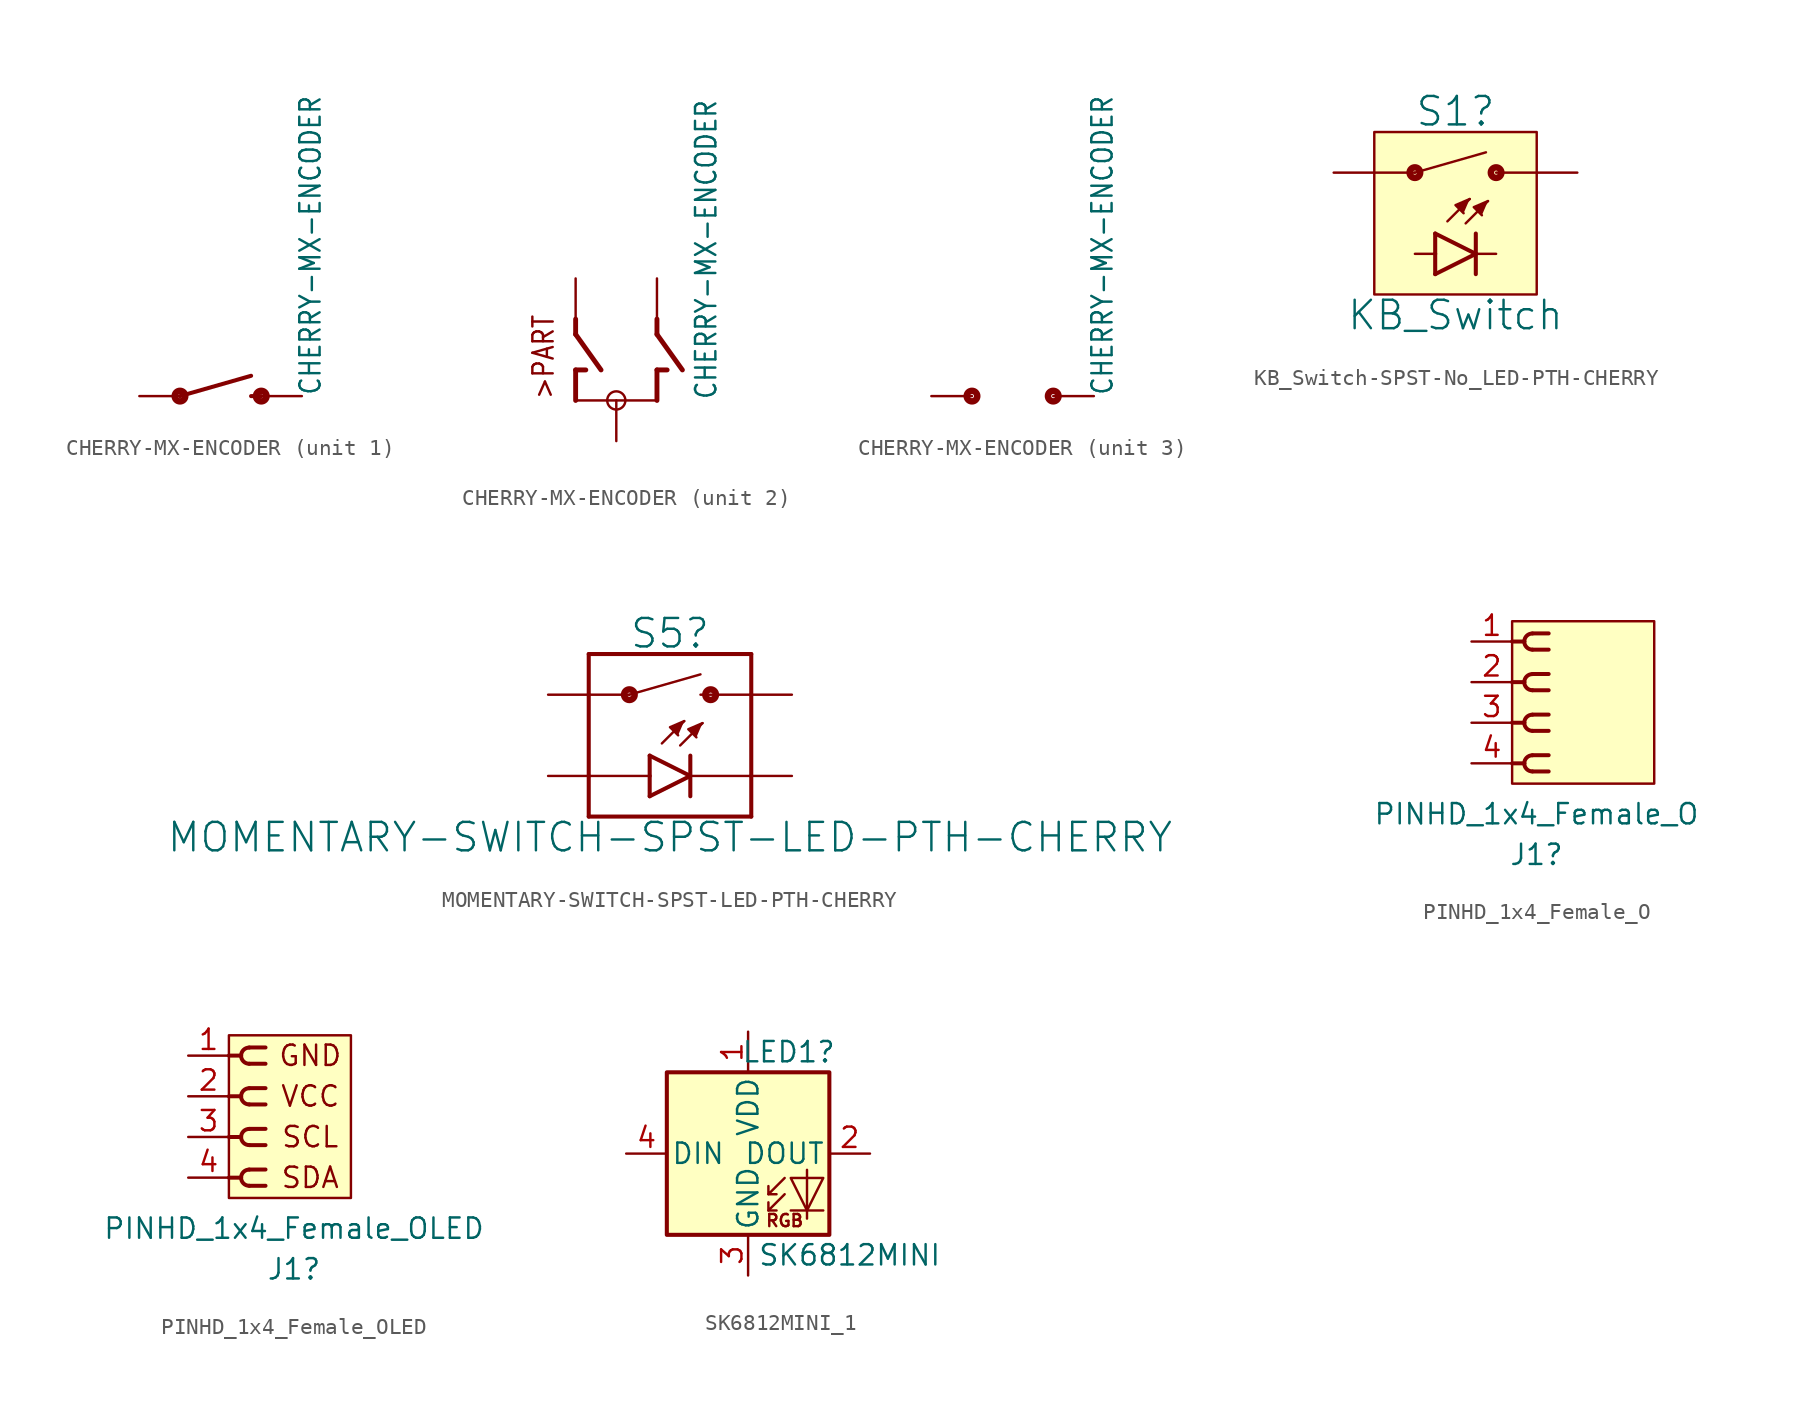
<source format=kicad_sym>
(kicad_symbol_lib
  (version 20220914)
  (generator kicad_symbol_editor)
  (symbol "CHERRY-MX-ENCODER"
    (property "Reference" "RE_3_0"
      (at 0 1.524 0)
      (effects (font (size 1.778 1.778)) (justify bottom) hide))
    (property "Value" "CHERRY-MX-ENCODER"
      (at 6.35 0 90)
      (effects (font (size 1.27 1.079)) (justify left bottom)))
    (property "ki_locked" ""
      (at 0 0 0)
      (effects (font (size 1.27 1.27))))
    (symbol "CHERRY-MX-ENCODER_1_0"
      (circle (center -2.54 0) (radius 0.127) (stroke (width 0.406) (type default)) (fill (type none)))
      (polyline (pts (xy -2.54 0) (xy 1.905 1.27)) (stroke (width 0.254) (type default)) (fill (type none)))
      (polyline (pts (xy 1.905 0) (xy 2.54 0)) (stroke (width 0.254) (type default)) (fill (type none)))
      (circle (center 2.54 0) (radius 0.127) (stroke (width 0.406) (type default)) (fill (type none)))
      (pin passive line (at -5.08 0 0) (length 2.54) (name "S1" (effects (font (size 0 0)))) (number "S1" (effects (font (size 0 0)))))
      (pin passive line (at 5.08 0 180) (length 2.54) (name "S2" (effects (font (size 0 0)))) (number "S2" (effects (font (size 0 0))))))
    (symbol "CHERRY-MX-ENCODER_2_0"
      (polyline (pts (xy -2.54 0) (xy 2.54 0)) (stroke (width 0.152) (type default)) (fill (type none)))
      (polyline (pts (xy -2.54 1.905) (xy -2.54 0)) (stroke (width 0.305) (type default)) (fill (type none)))
      (polyline (pts (xy -2.54 4.128) (xy -0.953 1.905)) (stroke (width 0.305) (type default)) (fill (type none)))
      (polyline (pts (xy -2.54 5.08) (xy -2.54 4.128)) (stroke (width 0.305) (type default)) (fill (type none)))
      (polyline (pts (xy -1.905 1.905) (xy -2.54 1.905)) (stroke (width 0.305) (type default)) (fill (type none)))
      (polyline (pts (xy 2.54 1.905) (xy 2.54 0)) (stroke (width 0.305) (type default)) (fill (type none)))
      (polyline (pts (xy 2.54 4.128) (xy 4.128 1.905)) (stroke (width 0.305) (type default)) (fill (type none)))
      (polyline (pts (xy 2.54 5.08) (xy 2.54 4.128)) (stroke (width 0.305) (type default)) (fill (type none)))
      (polyline (pts (xy 3.175 1.905) (xy 2.54 1.905)) (stroke (width 0.305) (type default)) (fill (type none)))
      (circle (center 0 0) (radius 0.568) (stroke (width 0) (type default)) (fill (type none)))
      (text ">PART" (at -3.81 0 900) (effects (font (size 1.27 1.079)) (justify left bottom)))
      (pin passive line (at -2.54 7.62 270) (length 2.54) (name "A" (effects (font (size 0 0)))) (number "A" (effects (font (size 0 0)))))
      (pin passive line (at 2.54 7.62 270) (length 2.54) (name "B" (effects (font (size 0 0)))) (number "B" (effects (font (size 0 0)))))
      (pin passive line (at 0 -2.54 90) (length 2.54) (name "C" (effects (font (size 0 0)))) (number "C" (effects (font (size 0 0))))))
    (symbol "CHERRY-MX-ENCODER_3_0"
      (circle (center -2.54 0) (radius 0.127) (stroke (width 0.406) (type default)) (fill (type none)))
      (circle (center 2.54 0) (radius 0.127) (stroke (width 0.406) (type default)) (fill (type none)))
      (pin passive line (at -5.08 0 0) (length 2.54) (name "MP" (effects (font (size 0 0)))) (number "MP" (effects (font (size 0 0)))))
      (pin passive line (at 5.08 0 180) (length 2.54) (name "MP" (effects (font (size 0 0)))) (number "MP" (effects (font (size 0 0)))))))
  (symbol "KB_Switch-SPST-No_LED-PTH-CHERRY"
    (property "Reference" "S1"
      (at 0 5.334 0)
      (effects (font (size 1.778 1.778)) (justify bottom)))
    (property "Value" "KB_Switch"
      (at 0 -5.334 0)
      (effects (font (size 1.778 1.778)) (justify top)))
    (property "ki_locked" ""
      (at 0 0 0)
      (effects (font (size 1.27 1.27))))
    (symbol "KB_Switch-SPST-No_LED-PTH-CHERRY_1_0"
      (circle (center -2.54 2.54) (radius 0.127) (stroke (width 0.406) (type default)) (fill (type none)))
      (polyline (pts (xy -5.08 2.54) (xy -2.54 2.54)) (stroke (width 0.152) (type default)) (fill (type none)))
      (polyline (pts (xy -2.54 -2.54) (xy -1.27 -2.54)) (stroke (width 0.152) (type default)) (fill (type none)))
      (polyline (pts (xy -2.54 2.54) (xy 1.905 3.81)) (stroke (width 0.152) (type default)) (fill (type none)))
      (polyline (pts (xy -1.27 -3.81) (xy -1.27 -2.54)) (stroke (width 0.254) (type default)) (fill (type none)))
      (polyline (pts (xy -1.27 -3.81) (xy 1.27 -2.54)) (stroke (width 0.254) (type default)) (fill (type none)))
      (polyline (pts (xy -1.27 -2.54) (xy -1.27 -1.27)) (stroke (width 0.254) (type default)) (fill (type none)))
      (polyline (pts (xy -0.508 -0.508) (xy 0.889 0.889)) (stroke (width 0.152) (type default)) (fill (type none)))
      (polyline (pts (xy 0.635 -0.635) (xy 2.032 0.762)) (stroke (width 0.152) (type default)) (fill (type none)))
      (polyline (pts (xy 1.27 -3.81) (xy 1.27 -2.54)) (stroke (width 0.254) (type default)) (fill (type none)))
      (polyline (pts (xy 1.27 -2.54) (xy -1.27 -1.27)) (stroke (width 0.254) (type default)) (fill (type none)))
      (polyline (pts (xy 1.27 -2.54) (xy 1.27 -1.27)) (stroke (width 0.254) (type default)) (fill (type none)))
      (polyline (pts (xy 1.27 -2.54) (xy 2.54 -2.54)) (stroke (width 0.152) (type default)) (fill (type none)))
      (polyline (pts (xy 2.54 2.54) (xy 5.08 2.54)) (stroke (width 0.152) (type default)) (fill (type none)))
      (polyline (pts (xy 0.889 0.889) (xy 0 0.508) (xy 0.508 0)) (stroke (width 0) (type default)) (fill (type outline)))
      (polyline (pts (xy 2.032 0.762) (xy 1.143 0.381) (xy 1.651 -0.127)) (stroke (width 0) (type default)) (fill (type outline)))
      (circle (center 2.54 2.54) (radius 0.127) (stroke (width 0.406) (type default)) (fill (type none)))
      (pin passive line (at -7.62 2.54 0) (length 2.54) (name "1" (effects (font (size 0 0)))) (number "S1" (effects (font (size 0 0)))))
      (pin passive line (at 7.62 2.54 180) (length 2.54) (name "2" (effects (font (size 0 0)))) (number "S2" (effects (font (size 0 0))))))
    (symbol "KB_Switch-SPST-No_LED-PTH-CHERRY_1_1"
      (rectangle (start -5.08 5.08) (end 5.08 -5.08) (stroke (width 0) (type default)) (fill (type background)))))
  (symbol "MOMENTARY-SWITCH-SPST-LED-PTH-CHERRY"
    (property "Reference" "S5"
      (at 0 5.334 0)
      (effects (font (size 1.778 1.778)) (justify bottom)))
    (property "Value" "MOMENTARY-SWITCH-SPST-LED-PTH-CHERRY"
      (at 0 -5.334 0)
      (effects (font (size 1.778 1.778)) (justify top)))
    (property "ki_locked" ""
      (at 0 0 0)
      (effects (font (size 1.27 1.27))))
    (symbol "MOMENTARY-SWITCH-SPST-LED-PTH-CHERRY_1_0"
      (circle (center -2.54 2.54) (radius 0.127) (stroke (width 0.406) (type default)) (fill (type none)))
      (polyline (pts (xy -5.08 -5.08) (xy 5.08 -5.08)) (stroke (width 0.254) (type default)) (fill (type none)))
      (polyline (pts (xy -5.08 -2.54) (xy -5.08 -5.08)) (stroke (width 0.254) (type default)) (fill (type none)))
      (polyline (pts (xy -5.08 -2.54) (xy -1.27 -2.54)) (stroke (width 0.152) (type default)) (fill (type none)))
      (polyline (pts (xy -5.08 2.54) (xy -5.08 -2.54)) (stroke (width 0.254) (type default)) (fill (type none)))
      (polyline (pts (xy -5.08 2.54) (xy -2.54 2.54)) (stroke (width 0.152) (type default)) (fill (type none)))
      (polyline (pts (xy -5.08 5.08) (xy -5.08 2.54)) (stroke (width 0.254) (type default)) (fill (type none)))
      (polyline (pts (xy -2.54 2.54) (xy 1.905 3.81)) (stroke (width 0.152) (type default)) (fill (type none)))
      (polyline (pts (xy -1.27 -3.81) (xy -1.27 -2.54)) (stroke (width 0.254) (type default)) (fill (type none)))
      (polyline (pts (xy -1.27 -3.81) (xy 1.27 -2.54)) (stroke (width 0.254) (type default)) (fill (type none)))
      (polyline (pts (xy -1.27 -2.54) (xy -1.27 -1.27)) (stroke (width 0.254) (type default)) (fill (type none)))
      (polyline (pts (xy -0.508 -0.508) (xy 0.889 0.889)) (stroke (width 0.152) (type default)) (fill (type none)))
      (polyline (pts (xy 0.635 -0.635) (xy 2.032 0.762)) (stroke (width 0.152) (type default)) (fill (type none)))
      (polyline (pts (xy 1.27 -3.81) (xy 1.27 -2.54)) (stroke (width 0.254) (type default)) (fill (type none)))
      (polyline (pts (xy 1.27 -2.54) (xy -1.27 -1.27)) (stroke (width 0.254) (type default)) (fill (type none)))
      (polyline (pts (xy 1.27 -2.54) (xy 1.27 -1.27)) (stroke (width 0.254) (type default)) (fill (type none)))
      (polyline (pts (xy 1.27 -2.54) (xy 5.08 -2.54)) (stroke (width 0.152) (type default)) (fill (type none)))
      (polyline (pts (xy 1.905 2.54) (xy 5.08 2.54)) (stroke (width 0.152) (type default)) (fill (type none)))
      (polyline (pts (xy 5.08 -5.08) (xy 5.08 -2.54)) (stroke (width 0.254) (type default)) (fill (type none)))
      (polyline (pts (xy 5.08 -2.54) (xy 5.08 2.54)) (stroke (width 0.254) (type default)) (fill (type none)))
      (polyline (pts (xy 5.08 2.54) (xy 5.08 5.08)) (stroke (width 0.254) (type default)) (fill (type none)))
      (polyline (pts (xy 5.08 5.08) (xy -5.08 5.08)) (stroke (width 0.254) (type default)) (fill (type none)))
      (polyline (pts (xy 0.889 0.889) (xy 0 0.508) (xy 0.508 0)) (stroke (width 0) (type default)) (fill (type outline)))
      (polyline (pts (xy 2.032 0.762) (xy 1.143 0.381) (xy 1.651 -0.127)) (stroke (width 0) (type default)) (fill (type outline)))
      (circle (center 2.54 2.54) (radius 0.127) (stroke (width 0.406) (type default)) (fill (type none)))
      (pin passive line (at -7.62 -2.54 0) (length 2.54) (name "A" (effects (font (size 0 0)))) (number "A" (effects (font (size 0 0)))))
      (pin passive line (at 7.62 -2.54 180) (length 2.54) (name "C" (effects (font (size 0 0)))) (number "K" (effects (font (size 0 0)))))
      (pin passive line (at -7.62 2.54 0) (length 2.54) (name "1" (effects (font (size 0 0)))) (number "S1" (effects (font (size 0 0)))))
      (pin passive line (at 7.62 2.54 180) (length 2.54) (name "2" (effects (font (size 0 0)))) (number "S2" (effects (font (size 0 0)))))))
  (symbol "PINHD_1x4_Female_O"
    (property "Reference" "J1"
      (at 0.255 -9.525 0)
      (effects (font (size 1.27 1.27))))
    (property "Value" "PINHD_1x4_Female_O"
      (at 0.255 -6.985 0)
      (effects (font (size 1.27 1.27))))
    (symbol "PINHD_1x4_Female_O_0_1"
      (rectangle (start -1.27 5.08) (end 7.62 -5.08) (stroke (width 0) (type default)) (fill (type background)))
      (arc (start -0.508 -3.81) (mid -0.3592 -4.1692) (end 0 -4.318) (stroke (width 0.25) (type default)) (fill (type none)))
      (arc (start -0.508 -1.27) (mid -0.3592 -1.6292) (end 0 -1.778) (stroke (width 0.25) (type default)) (fill (type none)))
      (arc (start -0.508 1.27) (mid -0.3592 0.9108) (end 0 0.762) (stroke (width 0.25) (type default)) (fill (type none)))
      (arc (start -0.508 3.81) (mid -0.3592 3.4508) (end 0 3.302) (stroke (width 0.25) (type default)) (fill (type none)))
      (arc (start 0 -3.302) (mid -0.3592 -3.4508) (end -0.508 -3.81) (stroke (width 0.25) (type default)) (fill (type none)))
      (arc (start 0 -0.762) (mid -0.3592 -0.9108) (end -0.508 -1.27) (stroke (width 0.25) (type default)) (fill (type none)))
      (polyline (pts (xy -1.27 -3.81) (xy -0.508 -3.81)) (stroke (width 0.25) (type default)) (fill (type none)))
      (polyline (pts (xy -1.27 -1.27) (xy -0.508 -1.27)) (stroke (width 0.25) (type default)) (fill (type none)))
      (polyline (pts (xy -1.27 1.27) (xy -0.508 1.27)) (stroke (width 0.25) (type default)) (fill (type none)))
      (polyline (pts (xy -1.27 3.81) (xy -0.508 3.81)) (stroke (width 0.25) (type default)) (fill (type none)))
      (polyline (pts (xy 0 -4.318) (xy 1.016 -4.318)) (stroke (width 0.25) (type default)) (fill (type none)))
      (polyline (pts (xy 0 -3.302) (xy 1.016 -3.302)) (stroke (width 0.25) (type default)) (fill (type none)))
      (polyline (pts (xy 0 -1.778) (xy 1.016 -1.778)) (stroke (width 0.25) (type default)) (fill (type none)))
      (polyline (pts (xy 0 -0.762) (xy 1.016 -0.762)) (stroke (width 0.25) (type default)) (fill (type none)))
      (polyline (pts (xy 0 0.762) (xy 1.016 0.762)) (stroke (width 0.25) (type default)) (fill (type none)))
      (polyline (pts (xy 0 1.778) (xy 1.016 1.778)) (stroke (width 0.25) (type default)) (fill (type none)))
      (polyline (pts (xy 0 3.302) (xy 1.016 3.302)) (stroke (width 0.25) (type default)) (fill (type none)))
      (polyline (pts (xy 0 4.318) (xy 1.016 4.318)) (stroke (width 0.25) (type default)) (fill (type none)))
      (arc (start 0 1.778) (mid -0.3592 1.6292) (end -0.508 1.27) (stroke (width 0.25) (type default)) (fill (type none)))
      (arc (start 0 4.318) (mid -0.3592 4.1692) (end -0.508 3.81) (stroke (width 0.25) (type default)) (fill (type none))))
    (symbol "PINHD_1x4_Female_O_1_1"
      (pin passive line (at -3.81 3.81 0) (length 2.54) (name "" (effects (font (size 1.27 1.27)))) (number "1" (effects (font (size 1.27 1.27)))))
      (pin passive line (at -3.81 1.27 0) (length 2.54) (name "" (effects (font (size 1.27 1.27)))) (number "2" (effects (font (size 1.27 1.27)))))
      (pin passive line (at -3.81 -1.27 0) (length 2.54) (name "" (effects (font (size 1.27 1.27)))) (number "3" (effects (font (size 1.27 1.27)))))
      (pin passive line (at -3.81 -3.81 0) (length 2.54) (name "" (effects (font (size 1.27 1.27)))) (number "4" (effects (font (size 1.27 1.27)))))))
  (symbol "PINHD_1x4_Female_OLED"
    (property "Reference" "J1"
      (at 0.255 -9.525 0)
      (effects (font (size 1.27 1.27))))
    (property "Value" "PINHD_1x4_Female_OLED"
      (at 0.255 -6.985 0)
      (effects (font (size 1.27 1.27))))
    (symbol "PINHD_1x4_Female_OLED_0_1"
      (rectangle (start -3.81 5.08) (end 3.81 -5.08) (stroke (width 0) (type default)) (fill (type background)))
      (arc (start -3.048 -3.81) (mid -2.8992 -4.1692) (end -2.54 -4.318) (stroke (width 0.25) (type default)) (fill (type none)))
      (arc (start -3.048 -1.27) (mid -2.8992 -1.6292) (end -2.54 -1.778) (stroke (width 0.25) (type default)) (fill (type none)))
      (arc (start -3.048 1.27) (mid -2.8992 0.9108) (end -2.54 0.762) (stroke (width 0.25) (type default)) (fill (type none)))
      (arc (start -3.048 3.81) (mid -2.8992 3.4508) (end -2.54 3.302) (stroke (width 0.25) (type default)) (fill (type none)))
      (arc (start -2.54 -3.302) (mid -2.8992 -3.4508) (end -3.048 -3.81) (stroke (width 0.25) (type default)) (fill (type none)))
      (arc (start -2.54 -0.762) (mid -2.8992 -0.9108) (end -3.048 -1.27) (stroke (width 0.25) (type default)) (fill (type none)))
      (arc (start -2.54 1.778) (mid -2.8992 1.6292) (end -3.048 1.27) (stroke (width 0.25) (type default)) (fill (type none)))
      (arc (start -2.54 4.318) (mid -2.8992 4.1692) (end -3.048 3.81) (stroke (width 0.25) (type default)) (fill (type none)))
      (polyline (pts (xy -3.81 -3.81) (xy -3.048 -3.81)) (stroke (width 0.25) (type default)) (fill (type none)))
      (polyline (pts (xy -3.81 -1.27) (xy -3.048 -1.27)) (stroke (width 0.25) (type default)) (fill (type none)))
      (polyline (pts (xy -3.81 1.27) (xy -3.048 1.27)) (stroke (width 0.25) (type default)) (fill (type none)))
      (polyline (pts (xy -3.81 3.81) (xy -3.048 3.81)) (stroke (width 0.25) (type default)) (fill (type none)))
      (polyline (pts (xy -2.54 -4.318) (xy -1.524 -4.318)) (stroke (width 0.25) (type default)) (fill (type none)))
      (polyline (pts (xy -2.54 -3.302) (xy -1.524 -3.302)) (stroke (width 0.25) (type default)) (fill (type none)))
      (polyline (pts (xy -2.54 -1.778) (xy -1.524 -1.778)) (stroke (width 0.25) (type default)) (fill (type none)))
      (polyline (pts (xy -2.54 -0.762) (xy -1.524 -0.762)) (stroke (width 0.25) (type default)) (fill (type none)))
      (polyline (pts (xy -2.54 0.762) (xy -1.524 0.762)) (stroke (width 0.25) (type default)) (fill (type none)))
      (polyline (pts (xy -2.54 1.778) (xy -1.524 1.778)) (stroke (width 0.25) (type default)) (fill (type none)))
      (polyline (pts (xy -2.54 3.302) (xy -1.524 3.302)) (stroke (width 0.25) (type default)) (fill (type none)))
      (polyline (pts (xy -2.54 4.318) (xy -1.524 4.318)) (stroke (width 0.25) (type default)) (fill (type none))))
    (symbol "PINHD_1x4_Female_OLED_1_1"
      (text "GND" (at 1.27 3.81 0) (effects (font (size 1.27 1.27))))
      (text "SCL" (at 1.27 -1.27 0) (effects (font (size 1.27 1.27))))
      (text "SDA" (at 1.27 -3.81 0) (effects (font (size 1.27 1.27))))
      (text "VCC" (at 1.27 1.27 0) (effects (font (size 1.27 1.27))))
      (pin passive line (at -6.35 3.81 0) (length 2.54) (name "" (effects (font (size 1.27 1.27)))) (number "1" (effects (font (size 1.27 1.27)))))
      (pin passive line (at -6.35 1.27 0) (length 2.54) (name "" (effects (font (size 1.27 1.27)))) (number "2" (effects (font (size 1.27 1.27)))))
      (pin passive line (at -6.35 -1.27 0) (length 2.54) (name "" (effects (font (size 1.27 1.27)))) (number "3" (effects (font (size 1.27 1.27)))))
      (pin passive line (at -6.35 -3.81 0) (length 2.54) (name "" (effects (font (size 1.27 1.27)))) (number "4" (effects (font (size 1.27 1.27)))))))
  (symbol "SK6812MINI_1"
    (pin_names
      (offset 0.254))
    (property "Reference" "LED1"
      (at 2.54 6.35 0)
      (effects (font (size 1.27 1.27))))
    (property "Value" "SK6812MINI"
      (at 6.35 -6.35 0)
      (effects (font (size 1.27 1.27))))
    (symbol "SK6812MINI_1_0_0"
      (text "RGB" (at 2.286 -4.191 0) (effects (font (size 0.762 0.762)))))
    (symbol "SK6812MINI_1_0_1"
      (polyline (pts (xy 1.27 -3.556) (xy 1.778 -3.556)) (stroke (width 0) (type default)) (fill (type none)))
      (polyline (pts (xy 1.27 -2.54) (xy 1.778 -2.54)) (stroke (width 0) (type default)) (fill (type none)))
      (polyline (pts (xy 4.699 -3.556) (xy 2.667 -3.556)) (stroke (width 0) (type default)) (fill (type none)))
      (polyline (pts (xy 2.286 -2.54) (xy 1.27 -3.556) (xy 1.27 -3.048)) (stroke (width 0) (type default)) (fill (type none)))
      (polyline (pts (xy 2.286 -1.524) (xy 1.27 -2.54) (xy 1.27 -2.032)) (stroke (width 0) (type default)) (fill (type none)))
      (polyline (pts (xy 3.683 -1.016) (xy 3.683 -3.556) (xy 3.683 -4.064)) (stroke (width 0) (type default)) (fill (type none)))
      (polyline (pts (xy 4.699 -1.524) (xy 2.667 -1.524) (xy 3.683 -3.556) (xy 4.699 -1.524)) (stroke (width 0) (type default)) (fill (type none)))
      (rectangle (start 5.08 5.08) (end -5.08 -5.08) (stroke (width 0.254) (type default)) (fill (type background))))
    (symbol "SK6812MINI_1_1_1"
      (pin power_in line (at 0 7.62 270) (length 2.54) (name "VDD" (effects (font (size 1.27 1.27)))) (number "1" (effects (font (size 1.27 1.27)))))
      (pin output line (at 7.62 0 180) (length 2.54) (name "DOUT" (effects (font (size 1.27 1.27)))) (number "2" (effects (font (size 1.27 1.27)))))
      (pin power_in line (at 0 -7.62 90) (length 2.54) (name "GND" (effects (font (size 1.27 1.27)))) (number "3" (effects (font (size 1.27 1.27)))))
      (pin input line (at -7.62 0 0) (length 2.54) (name "DIN" (effects (font (size 1.27 1.27)))) (number "4" (effects (font (size 1.27 1.27))))))))
</source>
